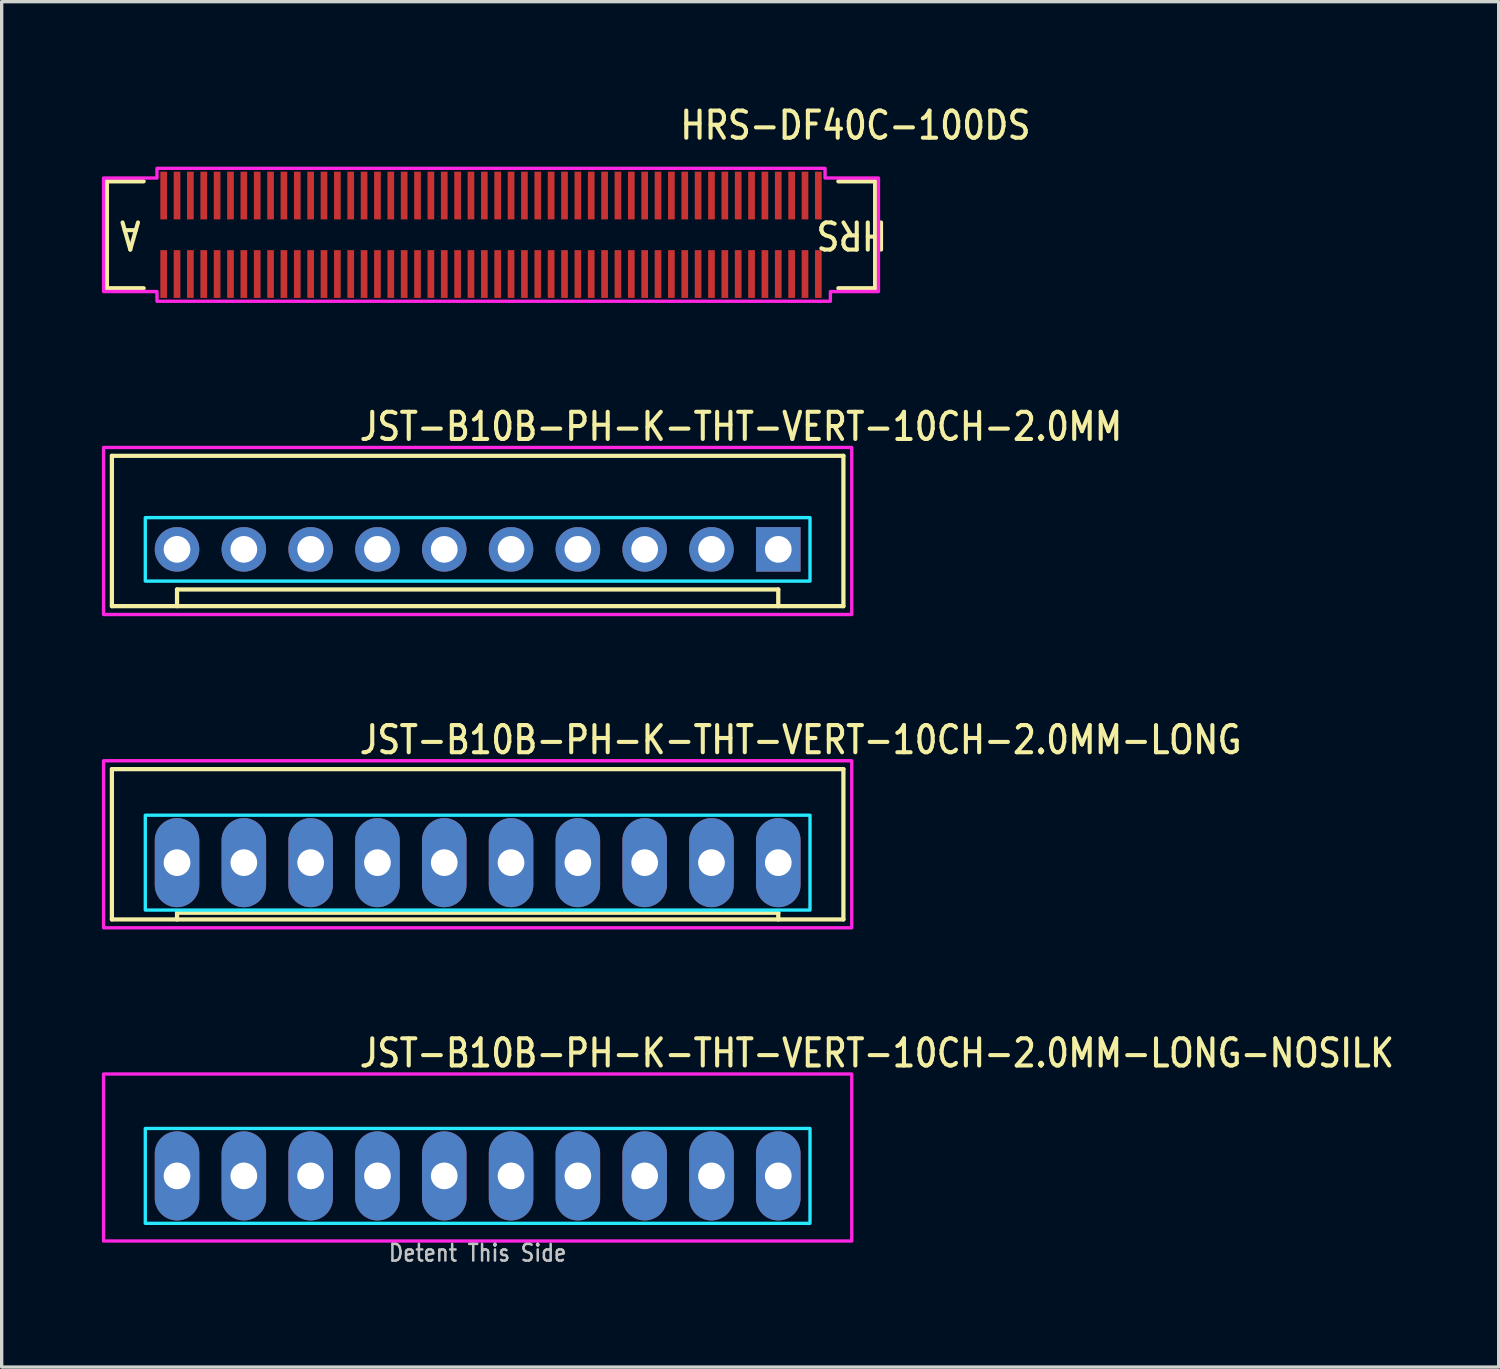
<source format=kicad_pcb>
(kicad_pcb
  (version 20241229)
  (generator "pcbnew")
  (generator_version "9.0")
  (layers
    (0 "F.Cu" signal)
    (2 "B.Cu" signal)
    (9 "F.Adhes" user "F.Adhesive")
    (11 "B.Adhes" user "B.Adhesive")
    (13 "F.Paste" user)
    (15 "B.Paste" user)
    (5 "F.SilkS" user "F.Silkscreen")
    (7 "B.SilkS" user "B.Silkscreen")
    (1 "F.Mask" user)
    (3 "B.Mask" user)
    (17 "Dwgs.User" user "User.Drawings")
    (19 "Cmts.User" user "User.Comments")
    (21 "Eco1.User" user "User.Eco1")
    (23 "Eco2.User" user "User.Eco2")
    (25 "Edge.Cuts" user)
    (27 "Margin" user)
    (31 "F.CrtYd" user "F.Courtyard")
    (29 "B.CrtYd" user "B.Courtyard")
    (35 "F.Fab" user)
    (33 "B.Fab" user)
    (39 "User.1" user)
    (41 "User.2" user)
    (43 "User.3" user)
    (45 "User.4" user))
  (footprint "JST-B10B-PH-K-THT-VERT-10CH-2.0MM"
    (layer "F.Cu")
    (at 11.25 13.397)
    (property "Reference" "JST-B10B-PH-K-THT-VERT-10CH-2.0MM" (at -3.6 -3.2 0) (unlocked yes) (layer "F.SilkS") (effects (font (size 0.813 0.695) (thickness 0.122)) (justify left bottom)))
    (fp_line (start -10.95 -2.8) (end -10.95 1.7) (stroke (width 0.127) (type solid)) (layer "F.SilkS"))
    (fp_line (start -10.95 -2.8) (end 10.95 -2.8) (stroke (width 0.127) (type solid)) (layer "F.SilkS"))
    (fp_line (start -10.95 1.7) (end 10.95 1.7) (stroke (width 0.127) (type solid)) (layer "F.SilkS"))
    (fp_line (start -9 1.7) (end -9 1.2) (stroke (width 0.127) (type solid)) (layer "F.SilkS"))
    (fp_line (start 9 1.2) (end -9 1.2) (stroke (width 0.127) (type solid)) (layer "F.SilkS"))
    (fp_line (start 9 1.7) (end 9 1.2) (stroke (width 0.127) (type solid)) (layer "F.SilkS"))
    (fp_line (start 10.95 1.7) (end 10.95 -2.8) (stroke (width 0.127) (type solid)) (layer "F.SilkS"))
    (fp_poly (pts (xy -9.95 -0.95) (xy -9.95 0.95) (xy 9.95 0.95) (xy 9.95 -0.95)) (stroke (width 0.1) (type solid)) (fill no) (layer "B.CrtYd"))
    (fp_poly (pts (xy -11.2 1.95) (xy -11.2 -3.05) (xy 11.2 -3.05) (xy 11.2 1.95)) (stroke (width 0.1) (type solid)) (fill no) (layer "F.CrtYd"))
    (pad "1" thru_hole rect (at 9 0) (size 1.333 1.333) (drill 0.8) (layers "*.Cu" "*.Mask"))
    (pad "2" thru_hole oval (at 7 0) (size 1.333 1.333) (drill 0.8) (layers "*.Cu" "*.Mask"))
    (pad "3" thru_hole oval (at 5 0) (size 1.333 1.333) (drill 0.8) (layers "*.Cu" "*.Mask"))
    (pad "4" thru_hole oval (at 3 0) (size 1.333 1.333) (drill 0.8) (layers "*.Cu" "*.Mask"))
    (pad "5" thru_hole oval (at 1 0) (size 1.333 1.333) (drill 0.8) (layers "*.Cu" "*.Mask"))
    (pad "6" thru_hole oval (at -1 0) (size 1.333 1.333) (drill 0.8) (layers "*.Cu" "*.Mask"))
    (pad "7" thru_hole oval (at -3 0) (size 1.333 1.333) (drill 0.8) (layers "*.Cu" "*.Mask"))
    (pad "8" thru_hole oval (at -5 0) (size 1.333 1.333) (drill 0.8) (layers "*.Cu" "*.Mask"))
    (pad "9" thru_hole oval (at -7 0) (size 1.333 1.333) (drill 0.8) (layers "*.Cu" "*.Mask"))
    (pad "10" thru_hole oval (at -9 0) (size 1.333 1.333) (drill 0.8) (layers "*.Cu" "*.Mask")))
  (footprint "JST-B10B-PH-K-THT-VERT-10CH-2.0MM-LONG-NOSILK"
    (layer "F.Cu")
    (at 11.25 32.154)
    (property "Reference" "JST-B10B-PH-K-THT-VERT-10CH-2.0MM-LONG-NOSILK" (at -3.6 -3.2 0) (unlocked yes) (layer "F.SilkS") (effects (font (size 0.813 0.695) (thickness 0.122)) (justify left bottom)))
    (fp_poly (pts (xy -9.95 -1.42) (xy -9.95 1.42) (xy 9.95 1.42) (xy 9.95 -1.42)) (stroke (width 0.1) (type solid)) (fill no) (layer "B.CrtYd"))
    (fp_poly (pts (xy -11.2 1.95) (xy -11.2 -3.05) (xy 11.2 -3.05) (xy 11.2 1.95)) (stroke (width 0.1) (type solid)) (fill no) (layer "F.CrtYd"))
    (fp_text user "Detent This Side" (at 0 2.6 0) (unlocked yes) (layer "Dwgs.User") (effects (font (size 0.5 0.427) (thickness 0.075)) (justify bottom)))
    (pad "P$1" thru_hole oval (at 9 0 90) (size 2.667 1.333) (drill 0.8) (layers "*.Cu" "*.Mask"))
    (pad "P$2" thru_hole oval (at 7 0 90) (size 2.667 1.333) (drill 0.8) (layers "*.Cu" "*.Mask"))
    (pad "P$3" thru_hole oval (at 5 0 90) (size 2.667 1.333) (drill 0.8) (layers "*.Cu" "*.Mask"))
    (pad "P$4" thru_hole oval (at 3 0 90) (size 2.667 1.333) (drill 0.8) (layers "*.Cu" "*.Mask"))
    (pad "P$5" thru_hole oval (at 1 0 90) (size 2.667 1.333) (drill 0.8) (layers "*.Cu" "*.Mask"))
    (pad "P$6" thru_hole oval (at -1 0 90) (size 2.667 1.333) (drill 0.8) (layers "*.Cu" "*.Mask"))
    (pad "P$7" thru_hole oval (at -3 0 90) (size 2.667 1.333) (drill 0.8) (layers "*.Cu" "*.Mask"))
    (pad "P$8" thru_hole oval (at -5 0 90) (size 2.667 1.333) (drill 0.8) (layers "*.Cu" "*.Mask"))
    (pad "P$9" thru_hole oval (at -7 0 90) (size 2.667 1.333) (drill 0.8) (layers "*.Cu" "*.Mask"))
    (pad "P$10" thru_hole oval (at -9 0 90) (size 2.667 1.333) (drill 0.8) (layers "*.Cu" "*.Mask")))
  (footprint "HRS-DF40C-100DS"
    (layer "F.Cu")
    (at 11.65 3.979)
    (property "Reference" "HRS-DF40C-100DS" (at 5.6 -2.8 0) (unlocked yes) (layer "F.SilkS") (effects (font (size 0.813 0.695) (thickness 0.122)) (justify left bottom)))
    (fp_line (start -11.5 -1.6) (end -11.5 1.6) (stroke (width 0.127) (type solid)) (layer "F.SilkS"))
    (fp_line (start -11.5 1.6) (end -10.4 1.6) (stroke (width 0.127) (type solid)) (layer "F.SilkS"))
    (fp_line (start -10.4 -1.6) (end -11.5 -1.6) (stroke (width 0.127) (type solid)) (layer "F.SilkS"))
    (fp_line (start 10.4 -1.6) (end 11.5 -1.6) (stroke (width 0.127) (type solid)) (layer "F.SilkS"))
    (fp_line (start 11.5 -1.6) (end 11.5 1.6) (stroke (width 0.127) (type solid)) (layer "F.SilkS"))
    (fp_line (start 11.5 1.6) (end 10.4 1.6) (stroke (width 0.127) (type solid)) (layer "F.SilkS"))
    (fp_poly (pts (xy -11.6 -1.7) (xy -10 -1.7) (xy -10 -1.99) (xy 10 -1.99) (xy 10 -1.7) (xy 11.6 -1.7) (xy 11.6 1.7) (xy 10.16 1.7) (xy 10.16 1.99) (xy -10 1.99) (xy -10 1.7) (xy -11.6 1.7)) (stroke (width 0.1) (type solid)) (fill no) (layer "F.CrtYd"))
    (fp_text user "HRS" (at 10.8 0 180) (unlocked yes) (layer "F.SilkS") (effects (font (size 0.813 0.695) (thickness 0.122))))
    (fp_text user "A" (at -10.8 0 180) (unlocked yes) (layer "F.SilkS") (effects (font (size 0.813 0.695) (thickness 0.122))))
    (pad "1" smd rect (at 9.8 -1.175) (size 0.2 1.43) (layers "F.Cu" "F.Mask" "F.Paste"))
    (pad "2" smd rect (at 9.8 1.175) (size 0.2 1.43) (layers "F.Cu" "F.Mask" "F.Paste"))
    (pad "3" smd rect (at 9.4 -1.175) (size 0.2 1.43) (layers "F.Cu" "F.Mask" "F.Paste"))
    (pad "4" smd rect (at 9.4 1.175) (size 0.2 1.43) (layers "F.Cu" "F.Mask" "F.Paste"))
    (pad "5" smd rect (at 9 -1.175) (size 0.2 1.43) (layers "F.Cu" "F.Mask" "F.Paste"))
    (pad "6" smd rect (at 9 1.175) (size 0.2 1.43) (layers "F.Cu" "F.Mask" "F.Paste"))
    (pad "7" smd rect (at 8.6 -1.175) (size 0.2 1.43) (layers "F.Cu" "F.Mask" "F.Paste"))
    (pad "8" smd rect (at 8.6 1.175) (size 0.2 1.43) (layers "F.Cu" "F.Mask" "F.Paste"))
    (pad "9" smd rect (at 8.2 -1.175) (size 0.2 1.43) (layers "F.Cu" "F.Mask" "F.Paste"))
    (pad "10" smd rect (at 8.2 1.175) (size 0.2 1.43) (layers "F.Cu" "F.Mask" "F.Paste"))
    (pad "11" smd rect (at 7.8 -1.175) (size 0.2 1.43) (layers "F.Cu" "F.Mask" "F.Paste"))
    (pad "12" smd rect (at 7.8 1.175) (size 0.2 1.43) (layers "F.Cu" "F.Mask" "F.Paste"))
    (pad "13" smd rect (at 7.4 -1.175) (size 0.2 1.43) (layers "F.Cu" "F.Mask" "F.Paste"))
    (pad "14" smd rect (at 7.4 1.175) (size 0.2 1.43) (layers "F.Cu" "F.Mask" "F.Paste"))
    (pad "15" smd rect (at 7 -1.175) (size 0.2 1.43) (layers "F.Cu" "F.Mask" "F.Paste"))
    (pad "16" smd rect (at 7 1.175) (size 0.2 1.43) (layers "F.Cu" "F.Mask" "F.Paste"))
    (pad "17" smd rect (at 6.6 -1.175) (size 0.2 1.43) (layers "F.Cu" "F.Mask" "F.Paste"))
    (pad "18" smd rect (at 6.6 1.175) (size 0.2 1.43) (layers "F.Cu" "F.Mask" "F.Paste"))
    (pad "19" smd rect (at 6.2 -1.175) (size 0.2 1.43) (layers "F.Cu" "F.Mask" "F.Paste"))
    (pad "20" smd rect (at 6.2 1.175) (size 0.2 1.43) (layers "F.Cu" "F.Mask" "F.Paste"))
    (pad "21" smd rect (at 5.8 -1.175) (size 0.2 1.43) (layers "F.Cu" "F.Mask" "F.Paste"))
    (pad "22" smd rect (at 5.8 1.175) (size 0.2 1.43) (layers "F.Cu" "F.Mask" "F.Paste"))
    (pad "23" smd rect (at 5.4 -1.175) (size 0.2 1.43) (layers "F.Cu" "F.Mask" "F.Paste"))
    (pad "24" smd rect (at 5.4 1.175) (size 0.2 1.43) (layers "F.Cu" "F.Mask" "F.Paste"))
    (pad "25" smd rect (at 5 -1.175) (size 0.2 1.43) (layers "F.Cu" "F.Mask" "F.Paste"))
    (pad "26" smd rect (at 5 1.175) (size 0.2 1.43) (layers "F.Cu" "F.Mask" "F.Paste"))
    (pad "27" smd rect (at 4.6 -1.175) (size 0.2 1.43) (layers "F.Cu" "F.Mask" "F.Paste"))
    (pad "28" smd rect (at 4.6 1.175) (size 0.2 1.43) (layers "F.Cu" "F.Mask" "F.Paste"))
    (pad "29" smd rect (at 4.2 -1.175) (size 0.2 1.43) (layers "F.Cu" "F.Mask" "F.Paste"))
    (pad "30" smd rect (at 4.2 1.175) (size 0.2 1.43) (layers "F.Cu" "F.Mask" "F.Paste"))
    (pad "31" smd rect (at 3.8 -1.175) (size 0.2 1.43) (layers "F.Cu" "F.Mask" "F.Paste"))
    (pad "32" smd rect (at 3.8 1.175) (size 0.2 1.43) (layers "F.Cu" "F.Mask" "F.Paste"))
    (pad "33" smd rect (at 3.4 -1.175) (size 0.2 1.43) (layers "F.Cu" "F.Mask" "F.Paste"))
    (pad "34" smd rect (at 3.4 1.175) (size 0.2 1.43) (layers "F.Cu" "F.Mask" "F.Paste"))
    (pad "35" smd rect (at 3 -1.175) (size 0.2 1.43) (layers "F.Cu" "F.Mask" "F.Paste"))
    (pad "36" smd rect (at 3 1.175) (size 0.2 1.43) (layers "F.Cu" "F.Mask" "F.Paste"))
    (pad "37" smd rect (at 2.6 -1.175) (size 0.2 1.43) (layers "F.Cu" "F.Mask" "F.Paste"))
    (pad "38" smd rect (at 2.6 1.175) (size 0.2 1.43) (layers "F.Cu" "F.Mask" "F.Paste"))
    (pad "39" smd rect (at 2.2 -1.175) (size 0.2 1.43) (layers "F.Cu" "F.Mask" "F.Paste"))
    (pad "40" smd rect (at 2.2 1.175) (size 0.2 1.43) (layers "F.Cu" "F.Mask" "F.Paste"))
    (pad "41" smd rect (at 1.8 -1.175) (size 0.2 1.43) (layers "F.Cu" "F.Mask" "F.Paste"))
    (pad "42" smd rect (at 1.8 1.175) (size 0.2 1.43) (layers "F.Cu" "F.Mask" "F.Paste"))
    (pad "43" smd rect (at 1.4 -1.175) (size 0.2 1.43) (layers "F.Cu" "F.Mask" "F.Paste"))
    (pad "44" smd rect (at 1.4 1.175) (size 0.2 1.43) (layers "F.Cu" "F.Mask" "F.Paste"))
    (pad "45" smd rect (at 1 -1.175) (size 0.2 1.43) (layers "F.Cu" "F.Mask" "F.Paste"))
    (pad "46" smd rect (at 1 1.175) (size 0.2 1.43) (layers "F.Cu" "F.Mask" "F.Paste"))
    (pad "47" smd rect (at 0.6 -1.175) (size 0.2 1.43) (layers "F.Cu" "F.Mask" "F.Paste"))
    (pad "48" smd rect (at 0.6 1.175) (size 0.2 1.43) (layers "F.Cu" "F.Mask" "F.Paste"))
    (pad "49" smd rect (at 0.2 -1.175) (size 0.2 1.43) (layers "F.Cu" "F.Mask" "F.Paste"))
    (pad "50" smd rect (at 0.2 1.175) (size 0.2 1.43) (layers "F.Cu" "F.Mask" "F.Paste"))
    (pad "51" smd rect (at -0.2 -1.175) (size 0.2 1.43) (layers "F.Cu" "F.Mask" "F.Paste"))
    (pad "52" smd rect (at -0.2 1.175) (size 0.2 1.43) (layers "F.Cu" "F.Mask" "F.Paste"))
    (pad "53" smd rect (at -0.6 -1.175) (size 0.2 1.43) (layers "F.Cu" "F.Mask" "F.Paste"))
    (pad "54" smd rect (at -0.6 1.175) (size 0.2 1.43) (layers "F.Cu" "F.Mask" "F.Paste"))
    (pad "55" smd rect (at -1 -1.175) (size 0.2 1.43) (layers "F.Cu" "F.Mask" "F.Paste"))
    (pad "56" smd rect (at -1 1.175) (size 0.2 1.43) (layers "F.Cu" "F.Mask" "F.Paste"))
    (pad "57" smd rect (at -1.4 -1.175) (size 0.2 1.43) (layers "F.Cu" "F.Mask" "F.Paste"))
    (pad "58" smd rect (at -1.4 1.175) (size 0.2 1.43) (layers "F.Cu" "F.Mask" "F.Paste"))
    (pad "59" smd rect (at -1.8 -1.175) (size 0.2 1.43) (layers "F.Cu" "F.Mask" "F.Paste"))
    (pad "60" smd rect (at -1.8 1.175) (size 0.2 1.43) (layers "F.Cu" "F.Mask" "F.Paste"))
    (pad "61" smd rect (at -2.2 -1.175) (size 0.2 1.43) (layers "F.Cu" "F.Mask" "F.Paste"))
    (pad "62" smd rect (at -2.2 1.175) (size 0.2 1.43) (layers "F.Cu" "F.Mask" "F.Paste"))
    (pad "63" smd rect (at -2.6 -1.175) (size 0.2 1.43) (layers "F.Cu" "F.Mask" "F.Paste"))
    (pad "64" smd rect (at -2.6 1.175) (size 0.2 1.43) (layers "F.Cu" "F.Mask" "F.Paste"))
    (pad "65" smd rect (at -3 -1.175) (size 0.2 1.43) (layers "F.Cu" "F.Mask" "F.Paste"))
    (pad "66" smd rect (at -3 1.175) (size 0.2 1.43) (layers "F.Cu" "F.Mask" "F.Paste"))
    (pad "67" smd rect (at -3.4 -1.175) (size 0.2 1.43) (layers "F.Cu" "F.Mask" "F.Paste"))
    (pad "68" smd rect (at -3.4 1.175) (size 0.2 1.43) (layers "F.Cu" "F.Mask" "F.Paste"))
    (pad "69" smd rect (at -3.8 -1.175) (size 0.2 1.43) (layers "F.Cu" "F.Mask" "F.Paste"))
    (pad "70" smd rect (at -3.8 1.175) (size 0.2 1.43) (layers "F.Cu" "F.Mask" "F.Paste"))
    (pad "71" smd rect (at -4.2 -1.175) (size 0.2 1.43) (layers "F.Cu" "F.Mask" "F.Paste"))
    (pad "72" smd rect (at -4.2 1.175) (size 0.2 1.43) (layers "F.Cu" "F.Mask" "F.Paste"))
    (pad "73" smd rect (at -4.6 -1.175) (size 0.2 1.43) (layers "F.Cu" "F.Mask" "F.Paste"))
    (pad "74" smd rect (at -4.6 1.175) (size 0.2 1.43) (layers "F.Cu" "F.Mask" "F.Paste"))
    (pad "75" smd rect (at -5 -1.175) (size 0.2 1.43) (layers "F.Cu" "F.Mask" "F.Paste"))
    (pad "76" smd rect (at -5 1.175) (size 0.2 1.43) (layers "F.Cu" "F.Mask" "F.Paste"))
    (pad "77" smd rect (at -5.4 -1.175) (size 0.2 1.43) (layers "F.Cu" "F.Mask" "F.Paste"))
    (pad "78" smd rect (at -5.4 1.175) (size 0.2 1.43) (layers "F.Cu" "F.Mask" "F.Paste"))
    (pad "79" smd rect (at -5.8 -1.175) (size 0.2 1.43) (layers "F.Cu" "F.Mask" "F.Paste"))
    (pad "80" smd rect (at -5.8 1.175) (size 0.2 1.43) (layers "F.Cu" "F.Mask" "F.Paste"))
    (pad "81" smd rect (at -6.2 -1.175) (size 0.2 1.43) (layers "F.Cu" "F.Mask" "F.Paste"))
    (pad "82" smd rect (at -6.2 1.175) (size 0.2 1.43) (layers "F.Cu" "F.Mask" "F.Paste"))
    (pad "83" smd rect (at -6.6 -1.175) (size 0.2 1.43) (layers "F.Cu" "F.Mask" "F.Paste"))
    (pad "84" smd rect (at -6.6 1.175) (size 0.2 1.43) (layers "F.Cu" "F.Mask" "F.Paste"))
    (pad "85" smd rect (at -7 -1.175) (size 0.2 1.43) (layers "F.Cu" "F.Mask" "F.Paste"))
    (pad "86" smd rect (at -7 1.175) (size 0.2 1.43) (layers "F.Cu" "F.Mask" "F.Paste"))
    (pad "87" smd rect (at -7.4 -1.175) (size 0.2 1.43) (layers "F.Cu" "F.Mask" "F.Paste"))
    (pad "88" smd rect (at -7.4 1.175) (size 0.2 1.43) (layers "F.Cu" "F.Mask" "F.Paste"))
    (pad "89" smd rect (at -7.8 -1.175) (size 0.2 1.43) (layers "F.Cu" "F.Mask" "F.Paste"))
    (pad "90" smd rect (at -7.8 1.175) (size 0.2 1.43) (layers "F.Cu" "F.Mask" "F.Paste"))
    (pad "91" smd rect (at -8.2 -1.175) (size 0.2 1.43) (layers "F.Cu" "F.Mask" "F.Paste"))
    (pad "92" smd rect (at -8.2 1.175) (size 0.2 1.43) (layers "F.Cu" "F.Mask" "F.Paste"))
    (pad "93" smd rect (at -8.6 -1.175) (size 0.2 1.43) (layers "F.Cu" "F.Mask" "F.Paste"))
    (pad "94" smd rect (at -8.6 1.175) (size 0.2 1.43) (layers "F.Cu" "F.Mask" "F.Paste"))
    (pad "95" smd rect (at -9 -1.175) (size 0.2 1.43) (layers "F.Cu" "F.Mask" "F.Paste"))
    (pad "96" smd rect (at -9 1.175) (size 0.2 1.43) (layers "F.Cu" "F.Mask" "F.Paste"))
    (pad "97" smd rect (at -9.4 -1.175) (size 0.2 1.43) (layers "F.Cu" "F.Mask" "F.Paste"))
    (pad "98" smd rect (at -9.4 1.175) (size 0.2 1.43) (layers "F.Cu" "F.Mask" "F.Paste"))
    (pad "99" smd rect (at -9.8 -1.175) (size 0.2 1.43) (layers "F.Cu" "F.Mask" "F.Paste"))
    (pad "100" smd rect (at -9.8 1.175) (size 0.2 1.43) (layers "F.Cu" "F.Mask" "F.Paste")))
  (footprint "JST-B10B-PH-K-THT-VERT-10CH-2.0MM-LONG"
    (layer "F.Cu")
    (at 11.25 22.776)
    (property "Reference" "JST-B10B-PH-K-THT-VERT-10CH-2.0MM-LONG" (at -3.6 -3.2 0) (unlocked yes) (layer "F.SilkS") (effects (font (size 0.813 0.695) (thickness 0.122)) (justify left bottom)))
    (fp_line (start -10.95 -2.8) (end -10.95 1.7) (stroke (width 0.127) (type solid)) (layer "F.SilkS"))
    (fp_line (start -10.95 -2.8) (end 10.95 -2.8) (stroke (width 0.127) (type solid)) (layer "F.SilkS"))
    (fp_line (start -10.95 1.7) (end 10.95 1.7) (stroke (width 0.127) (type solid)) (layer "F.SilkS"))
    (fp_line (start -9 1.7) (end -9 1.5) (stroke (width 0.127) (type solid)) (layer "F.SilkS"))
    (fp_line (start 9 1.5) (end -9 1.5) (stroke (width 0.127) (type solid)) (layer "F.SilkS"))
    (fp_line (start 9 1.7) (end 9 1.5) (stroke (width 0.127) (type solid)) (layer "F.SilkS"))
    (fp_line (start 10.95 1.7) (end 10.95 -2.8) (stroke (width 0.127) (type solid)) (layer "F.SilkS"))
    (fp_poly (pts (xy -9.95 -1.42) (xy -9.95 1.42) (xy 9.95 1.42) (xy 9.95 -1.42)) (stroke (width 0.1) (type solid)) (fill no) (layer "B.CrtYd"))
    (fp_poly (pts (xy -11.2 1.95) (xy -11.2 -3.05) (xy 11.2 -3.05) (xy 11.2 1.95)) (stroke (width 0.1) (type solid)) (fill no) (layer "F.CrtYd"))
    (pad "1" thru_hole oval (at 9 0 90) (size 2.667 1.333) (drill 0.8) (layers "*.Cu" "*.Mask"))
    (pad "2" thru_hole oval (at 7 0 90) (size 2.667 1.333) (drill 0.8) (layers "*.Cu" "*.Mask"))
    (pad "3" thru_hole oval (at 5 0 90) (size 2.667 1.333) (drill 0.8) (layers "*.Cu" "*.Mask"))
    (pad "4" thru_hole oval (at 3 0 90) (size 2.667 1.333) (drill 0.8) (layers "*.Cu" "*.Mask"))
    (pad "5" thru_hole oval (at 1 0 90) (size 2.667 1.333) (drill 0.8) (layers "*.Cu" "*.Mask"))
    (pad "6" thru_hole oval (at -1 0 90) (size 2.667 1.333) (drill 0.8) (layers "*.Cu" "*.Mask"))
    (pad "7" thru_hole oval (at -3 0 90) (size 2.667 1.333) (drill 0.8) (layers "*.Cu" "*.Mask"))
    (pad "8" thru_hole oval (at -5 0 90) (size 2.667 1.333) (drill 0.8) (layers "*.Cu" "*.Mask"))
    (pad "9" thru_hole oval (at -7 0 90) (size 2.667 1.333) (drill 0.8) (layers "*.Cu" "*.Mask"))
    (pad "10" thru_hole oval (at -9 0 90) (size 2.667 1.333) (drill 0.8) (layers "*.Cu" "*.Mask")))
  (gr_rect
    (start -3 -3)
    (end 41.818 37.877)
    (stroke (width 0.1) (type default))
    (fill no)
    (layer "Edge.Cuts")))
</source>
